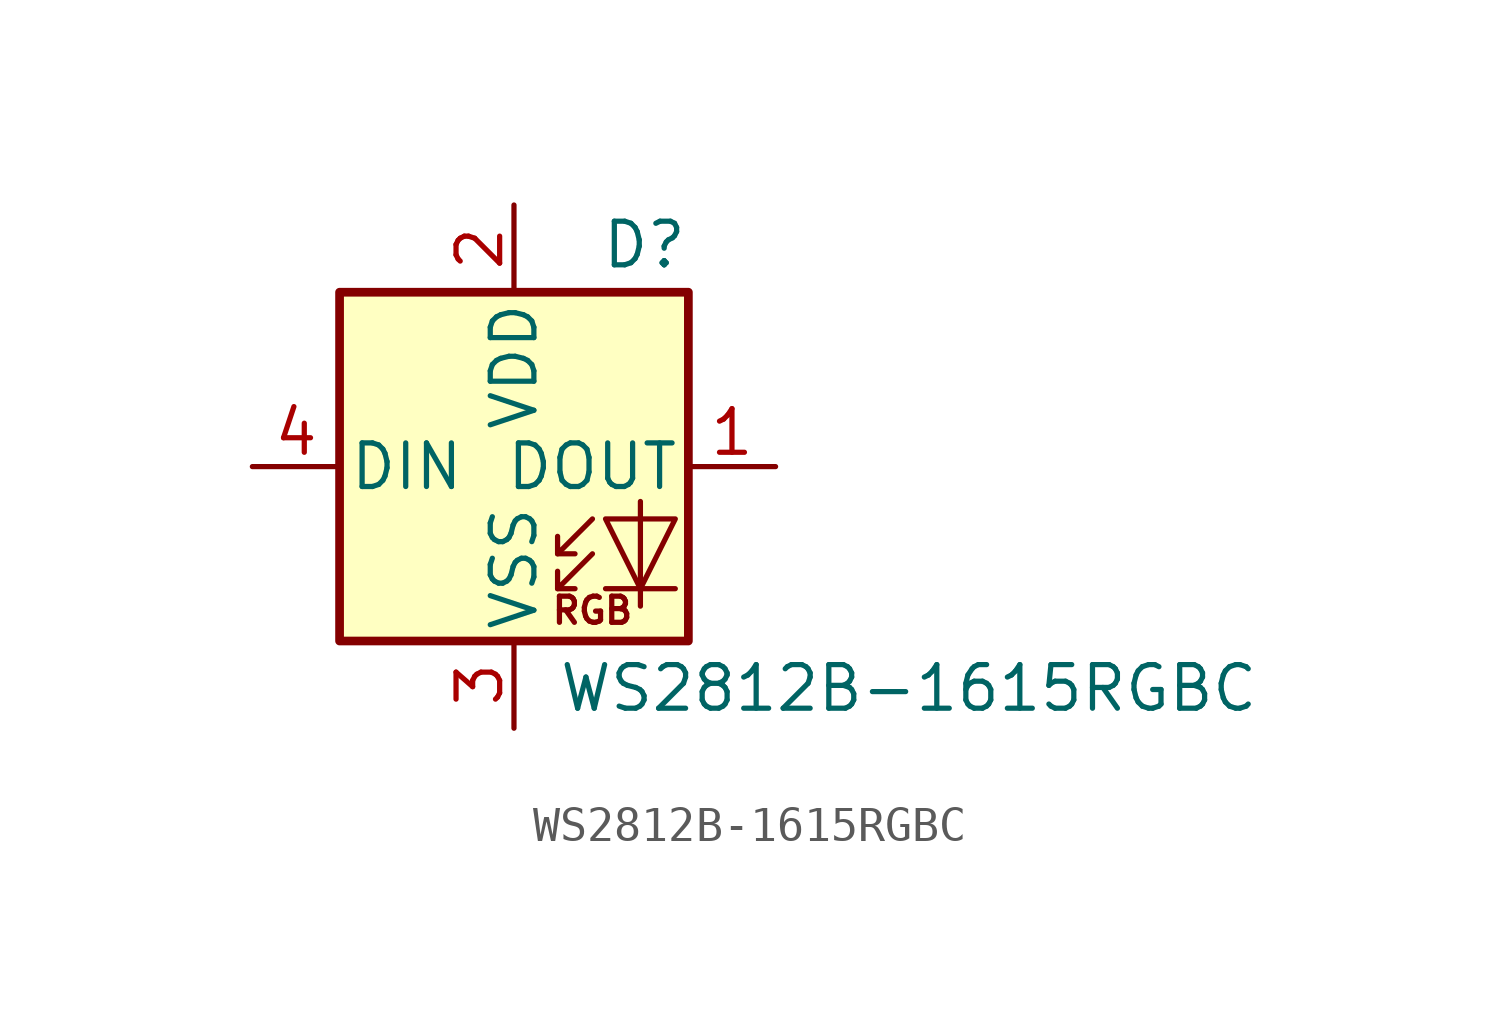
<source format=kicad_sym>
(kicad_symbol_lib
  (version 20231120)
  (generator "kicad_symbol_editor")
  (generator_version "8.0")
  (symbol "WS2812B-1615RGBC"
    (pin_names
      (offset 0.254))
    (property "Reference" "D"
      (at 5.08 5.715 0)
      (effects (font (size 1.27 1.27)) (justify right bottom)))
    (property "Value" "WS2812B-1615RGBC"
      (at 1.27 -5.715 0)
      (effects (font (size 1.27 1.27)) (justify left top)))
    (symbol "WS2812B-1615RGBC_0_0"
      (text "RGB" (at 2.286 -4.191 0) (effects (font (size 0.762 0.762)))))
    (symbol "WS2812B-1615RGBC_0_1"
      (polyline (pts (xy 1.27 -3.556) (xy 1.778 -3.556)) (stroke (width 0) (type default)) (fill (type none)))
      (polyline (pts (xy 1.27 -2.54) (xy 1.778 -2.54)) (stroke (width 0) (type default)) (fill (type none)))
      (polyline (pts (xy 4.699 -3.556) (xy 2.667 -3.556)) (stroke (width 0) (type default)) (fill (type none)))
      (polyline (pts (xy 2.286 -2.54) (xy 1.27 -3.556) (xy 1.27 -3.048)) (stroke (width 0) (type default)) (fill (type none)))
      (polyline (pts (xy 2.286 -1.524) (xy 1.27 -2.54) (xy 1.27 -2.032)) (stroke (width 0) (type default)) (fill (type none)))
      (polyline (pts (xy 3.683 -1.016) (xy 3.683 -3.556) (xy 3.683 -4.064)) (stroke (width 0) (type default)) (fill (type none)))
      (polyline (pts (xy 4.699 -1.524) (xy 2.667 -1.524) (xy 3.683 -3.556) (xy 4.699 -1.524)) (stroke (width 0) (type default)) (fill (type none)))
      (rectangle (start 5.08 5.08) (end -5.08 -5.08) (stroke (width 0.254) (type default)) (fill (type background))))
    (symbol "WS2812B-1615RGBC_1_1"
      (pin output line (at 7.62 0 180) (length 2.54) (name "DOUT" (effects (font (size 1.27 1.27)))) (number "1" (effects (font (size 1.27 1.27)))))
      (pin power_in line (at 0 7.62 270) (length 2.54) (name "VDD" (effects (font (size 1.27 1.27)))) (number "2" (effects (font (size 1.27 1.27)))))
      (pin power_in line (at 0 -7.62 90) (length 2.54) (name "VSS" (effects (font (size 1.27 1.27)))) (number "3" (effects (font (size 1.27 1.27)))))
      (pin input line (at -7.62 0 0) (length 2.54) (name "DIN" (effects (font (size 1.27 1.27)))) (number "4" (effects (font (size 1.27 1.27))))))))
</source>
